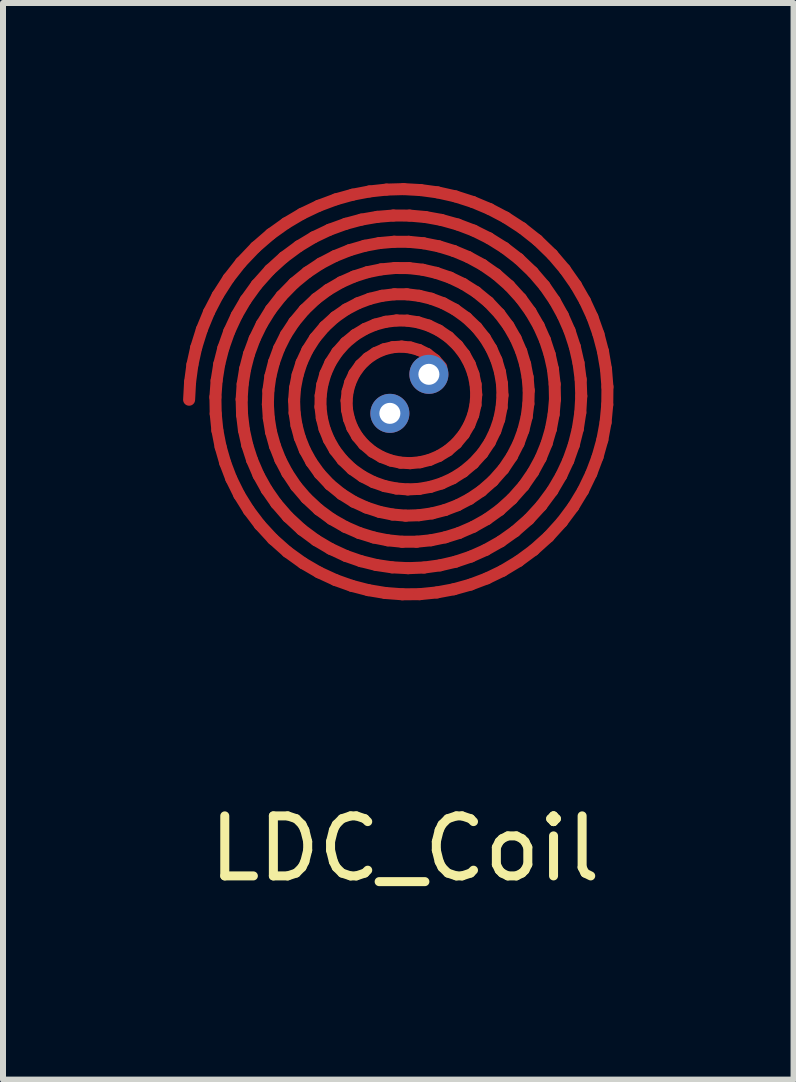
<source format=kicad_pcb>
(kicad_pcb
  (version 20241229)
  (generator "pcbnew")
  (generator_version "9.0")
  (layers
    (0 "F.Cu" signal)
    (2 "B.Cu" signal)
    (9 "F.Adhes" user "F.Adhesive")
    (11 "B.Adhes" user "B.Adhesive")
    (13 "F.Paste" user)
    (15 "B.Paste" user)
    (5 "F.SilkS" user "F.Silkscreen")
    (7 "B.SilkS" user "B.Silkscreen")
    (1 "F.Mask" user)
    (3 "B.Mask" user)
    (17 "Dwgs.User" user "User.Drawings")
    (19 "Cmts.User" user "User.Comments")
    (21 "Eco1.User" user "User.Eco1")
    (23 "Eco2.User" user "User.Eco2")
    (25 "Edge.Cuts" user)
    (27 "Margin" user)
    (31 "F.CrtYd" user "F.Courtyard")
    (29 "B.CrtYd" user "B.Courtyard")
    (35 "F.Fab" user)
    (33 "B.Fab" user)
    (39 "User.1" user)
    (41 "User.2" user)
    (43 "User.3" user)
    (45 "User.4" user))
  (footprint "LDC_Coil"
    (layer "F.Cu")
    (at 3.694 3.585)
    (property "Reference" "LDC_Coil" (at 0 7.5 0) (unlocked yes) (layer "F.SilkS") (effects (font (size 1 1) (thickness 0.15))))
    (attr smd)
    (fp_line (start -3.578 -0.27) (end -3.594 0.023) (stroke (width 0.2) (type solid)) (layer "F.Cu"))
    (fp_line (start -3.539 -0.56) (end -3.578 -0.27) (stroke (width 0.2) (type solid)) (layer "F.Cu"))
    (fp_line (start -3.476 -0.846) (end -3.539 -0.56) (stroke (width 0.2) (type solid)) (layer "F.Cu"))
    (fp_line (start -3.382 -1.146) (end -3.476 -0.846) (stroke (width 0.2) (type solid)) (layer "F.Cu"))
    (fp_line (start -3.263 -1.436) (end -3.382 -1.146) (stroke (width 0.2) (type solid)) (layer "F.Cu"))
    (fp_line (start -3.156 -0.02) (end -3.151 0.258) (stroke (width 0.2) (type solid)) (layer "F.Cu"))
    (fp_line (start -3.151 0.258) (end -3.123 0.535) (stroke (width 0.2) (type solid)) (layer "F.Cu"))
    (fp_line (start -3.136 -0.296) (end -3.156 -0.02) (stroke (width 0.2) (type solid)) (layer "F.Cu"))
    (fp_line (start -3.123 0.535) (end -3.069 0.809) (stroke (width 0.2) (type solid)) (layer "F.Cu"))
    (fp_line (start -3.119 -1.714) (end -3.263 -1.436) (stroke (width 0.2) (type solid)) (layer "F.Cu"))
    (fp_line (start -3.092 -0.57) (end -3.136 -0.296) (stroke (width 0.2) (type solid)) (layer "F.Cu"))
    (fp_line (start -3.069 0.809) (end -2.992 1.077) (stroke (width 0.2) (type solid)) (layer "F.Cu"))
    (fp_line (start -3.024 -0.837) (end -3.092 -0.57) (stroke (width 0.2) (type solid)) (layer "F.Cu"))
    (fp_line (start -2.992 1.077) (end -2.892 1.339) (stroke (width 0.2) (type solid)) (layer "F.Cu"))
    (fp_line (start -2.938 -1.997) (end -3.119 -1.714) (stroke (width 0.2) (type solid)) (layer "F.Cu"))
    (fp_line (start -2.925 -1.116) (end -3.024 -0.837) (stroke (width 0.2) (type solid)) (layer "F.Cu"))
    (fp_line (start -2.892 1.339) (end -2.759 1.608) (stroke (width 0.2) (type solid)) (layer "F.Cu"))
    (fp_line (start -2.801 -1.383) (end -2.925 -1.116) (stroke (width 0.2) (type solid)) (layer "F.Cu"))
    (fp_line (start -2.759 1.608) (end -2.6 1.864) (stroke (width 0.2) (type solid)) (layer "F.Cu"))
    (fp_line (start -2.732 -2.26) (end -2.938 -1.997) (stroke (width 0.2) (type solid)) (layer "F.Cu"))
    (fp_line (start -2.719 0.017) (end -2.712 0.274) (stroke (width 0.2) (type solid)) (layer "F.Cu"))
    (fp_line (start -2.712 0.274) (end -2.681 0.529) (stroke (width 0.2) (type solid)) (layer "F.Cu"))
    (fp_line (start -2.702 -0.238) (end -2.719 0.017) (stroke (width 0.2) (type solid)) (layer "F.Cu"))
    (fp_line (start -2.681 0.529) (end -2.625 0.781) (stroke (width 0.2) (type solid)) (layer "F.Cu"))
    (fp_line (start -2.661 -0.49) (end -2.702 -0.238) (stroke (width 0.2) (type solid)) (layer "F.Cu"))
    (fp_line (start -2.653 -1.637) (end -2.801 -1.383) (stroke (width 0.2) (type solid)) (layer "F.Cu"))
    (fp_line (start -2.625 0.781) (end -2.546 1.027) (stroke (width 0.2) (type solid)) (layer "F.Cu"))
    (fp_line (start -2.6 1.864) (end -2.418 2.105) (stroke (width 0.2) (type solid)) (layer "F.Cu"))
    (fp_line (start -2.597 -0.737) (end -2.661 -0.49) (stroke (width 0.2) (type solid)) (layer "F.Cu"))
    (fp_line (start -2.546 1.027) (end -2.437 1.28) (stroke (width 0.2) (type solid)) (layer "F.Cu"))
    (fp_line (start -2.503 -0.991) (end -2.597 -0.737) (stroke (width 0.2) (type solid)) (layer "F.Cu"))
    (fp_line (start -2.486 -2.518) (end -2.732 -2.26) (stroke (width 0.2) (type solid)) (layer "F.Cu"))
    (fp_line (start -2.47 -1.891) (end -2.653 -1.637) (stroke (width 0.2) (type solid)) (layer "F.Cu"))
    (fp_line (start -2.437 1.28) (end -2.302 1.522) (stroke (width 0.2) (type solid)) (layer "F.Cu"))
    (fp_line (start -2.418 2.105) (end -2.2 2.342) (stroke (width 0.2) (type solid)) (layer "F.Cu"))
    (fp_line (start -2.385 -1.234) (end -2.503 -0.991) (stroke (width 0.2) (type solid)) (layer "F.Cu"))
    (fp_line (start -2.302 1.522) (end -2.143 1.75) (stroke (width 0.2) (type solid)) (layer "F.Cu"))
    (fp_line (start -2.282 0.1) (end -2.267 0.33) (stroke (width 0.2) (type solid)) (layer "F.Cu"))
    (fp_line (start -2.274 -0.129) (end -2.282 0.1) (stroke (width 0.2) (type solid)) (layer "F.Cu"))
    (fp_line (start -2.267 0.33) (end -2.23 0.558) (stroke (width 0.2) (type solid)) (layer "F.Cu"))
    (fp_line (start -2.249 -2.139) (end -2.47 -1.891) (stroke (width 0.2) (type solid)) (layer "F.Cu"))
    (fp_line (start -2.24 -0.369) (end -2.274 -0.129) (stroke (width 0.2) (type solid)) (layer "F.Cu"))
    (fp_line (start -2.234 -2.736) (end -2.486 -2.518) (stroke (width 0.2) (type solid)) (layer "F.Cu"))
    (fp_line (start -2.234 -1.477) (end -2.385 -1.234) (stroke (width 0.2) (type solid)) (layer "F.Cu"))
    (fp_line (start -2.23 0.558) (end -2.164 0.795) (stroke (width 0.2) (type solid)) (layer "F.Cu"))
    (fp_line (start -2.2 2.342) (end -1.958 2.557) (stroke (width 0.2) (type solid)) (layer "F.Cu"))
    (fp_line (start -2.18 -0.604) (end -2.24 -0.369) (stroke (width 0.2) (type solid)) (layer "F.Cu"))
    (fp_line (start -2.164 0.795) (end -2.074 1.024) (stroke (width 0.2) (type solid)) (layer "F.Cu"))
    (fp_line (start -2.143 1.75) (end -1.949 1.974) (stroke (width 0.2) (type solid)) (layer "F.Cu"))
    (fp_line (start -2.097 -0.83) (end -2.18 -0.604) (stroke (width 0.2) (type solid)) (layer "F.Cu"))
    (fp_line (start -2.074 1.024) (end -1.959 1.243) (stroke (width 0.2) (type solid)) (layer "F.Cu"))
    (fp_line (start -2.058 -1.702) (end -2.234 -1.477) (stroke (width 0.2) (type solid)) (layer "F.Cu"))
    (fp_line (start -2.018 -2.348) (end -2.249 -2.139) (stroke (width 0.2) (type solid)) (layer "F.Cu"))
    (fp_line (start -1.983 -1.058) (end -2.097 -0.83) (stroke (width 0.2) (type solid)) (layer "F.Cu"))
    (fp_line (start -1.982 -2.916) (end -2.234 -2.736) (stroke (width 0.2) (type solid)) (layer "F.Cu"))
    (fp_line (start -1.959 1.243) (end -1.813 1.462) (stroke (width 0.2) (type solid)) (layer "F.Cu"))
    (fp_line (start -1.958 2.557) (end -1.695 2.746) (stroke (width 0.2) (type solid)) (layer "F.Cu"))
    (fp_line (start -1.949 1.974) (end -1.719 2.187) (stroke (width 0.2) (type solid)) (layer "F.Cu"))
    (fp_line (start -1.847 -1.918) (end -2.058 -1.702) (stroke (width 0.2) (type solid)) (layer "F.Cu"))
    (fp_line (start -1.845 0.035) (end -1.837 0.244) (stroke (width 0.2) (type solid)) (layer "F.Cu"))
    (fp_line (start -1.844 -1.27) (end -1.983 -1.058) (stroke (width 0.2) (type solid)) (layer "F.Cu"))
    (fp_line (start -1.837 0.244) (end -1.805 0.451) (stroke (width 0.2) (type solid)) (layer "F.Cu"))
    (fp_line (start -1.829 -0.173) (end -1.845 0.035) (stroke (width 0.2) (type solid)) (layer "F.Cu"))
    (fp_line (start -1.813 1.462) (end -1.642 1.662) (stroke (width 0.2) (type solid)) (layer "F.Cu"))
    (fp_line (start -1.805 0.451) (end -1.75 0.655) (stroke (width 0.2) (type solid)) (layer "F.Cu"))
    (fp_line (start -1.787 -0.388) (end -1.829 -0.173) (stroke (width 0.2) (type solid)) (layer "F.Cu"))
    (fp_line (start -1.768 -2.533) (end -2.018 -2.348) (stroke (width 0.2) (type solid)) (layer "F.Cu"))
    (fp_line (start -1.75 0.655) (end -1.667 0.863) (stroke (width 0.2) (type solid)) (layer "F.Cu"))
    (fp_line (start -1.721 -0.595) (end -1.787 -0.388) (stroke (width 0.2) (type solid)) (layer "F.Cu"))
    (fp_line (start -1.719 2.187) (end -1.48 2.364) (stroke (width 0.2) (type solid)) (layer "F.Cu"))
    (fp_line (start -1.715 -3.074) (end -1.982 -2.916) (stroke (width 0.2) (type solid)) (layer "F.Cu"))
    (fp_line (start -1.695 2.746) (end -1.432 2.899) (stroke (width 0.2) (type solid)) (layer "F.Cu"))
    (fp_line (start -1.673 -1.475) (end -1.844 -1.27) (stroke (width 0.2) (type solid)) (layer "F.Cu"))
    (fp_line (start -1.667 0.863) (end -1.559 1.06) (stroke (width 0.2) (type solid)) (layer "F.Cu"))
    (fp_line (start -1.642 1.662) (end -1.437 1.853) (stroke (width 0.2) (type solid)) (layer "F.Cu"))
    (fp_line (start -1.627 -2.098) (end -1.847 -1.918) (stroke (width 0.2) (type solid)) (layer "F.Cu"))
    (fp_line (start -1.625 -0.802) (end -1.721 -0.595) (stroke (width 0.2) (type solid)) (layer "F.Cu"))
    (fp_line (start -1.559 1.06) (end -1.421 1.253) (stroke (width 0.2) (type solid)) (layer "F.Cu"))
    (fp_line (start -1.519 -2.683) (end -1.768 -2.533) (stroke (width 0.2) (type solid)) (layer "F.Cu"))
    (fp_line (start -1.497 -1.004) (end -1.625 -0.802) (stroke (width 0.2) (type solid)) (layer "F.Cu"))
    (fp_line (start -1.48 -1.658) (end -1.673 -1.475) (stroke (width 0.2) (type solid)) (layer "F.Cu"))
    (fp_line (start -1.48 2.364) (end -1.238 2.507) (stroke (width 0.2) (type solid)) (layer "F.Cu"))
    (fp_line (start -1.437 1.853) (end -1.223 2.01) (stroke (width 0.2) (type solid)) (layer "F.Cu"))
    (fp_line (start -1.436 -3.207) (end -1.715 -3.074) (stroke (width 0.2) (type solid)) (layer "F.Cu"))
    (fp_line (start -1.432 2.899) (end -1.155 3.027) (stroke (width 0.2) (type solid)) (layer "F.Cu"))
    (fp_line (start -1.421 1.253) (end -1.25 1.436) (stroke (width 0.2) (type solid)) (layer "F.Cu"))
    (fp_line (start -1.406 0.142) (end -1.384 0.328) (stroke (width 0.2) (type solid)) (layer "F.Cu"))
    (fp_line (start -1.405 -2.245) (end -1.627 -2.098) (stroke (width 0.2) (type solid)) (layer "F.Cu"))
    (fp_line (start -1.403 -0.044) (end -1.406 0.142) (stroke (width 0.2) (type solid)) (layer "F.Cu"))
    (fp_line (start -1.384 0.328) (end -1.338 0.51) (stroke (width 0.2) (type solid)) (layer "F.Cu"))
    (fp_line (start -1.376 -0.227) (end -1.403 -0.044) (stroke (width 0.2) (type solid)) (layer "F.Cu"))
    (fp_line (start -1.338 0.51) (end -1.267 0.686) (stroke (width 0.2) (type solid)) (layer "F.Cu"))
    (fp_line (start -1.337 -1.194) (end -1.497 -1.004) (stroke (width 0.2) (type solid)) (layer "F.Cu"))
    (fp_line (start -1.323 -0.411) (end -1.376 -0.227) (stroke (width 0.2) (type solid)) (layer "F.Cu"))
    (fp_line (start -1.279 -1.808) (end -1.48 -1.658) (stroke (width 0.2) (type solid)) (layer "F.Cu"))
    (fp_line (start -1.267 0.686) (end -1.168 0.86) (stroke (width 0.2) (type solid)) (layer "F.Cu"))
    (fp_line (start -1.257 -2.808) (end -1.519 -2.683) (stroke (width 0.2) (type solid)) (layer "F.Cu"))
    (fp_line (start -1.25 1.436) (end -1.055 1.595) (stroke (width 0.2) (type solid)) (layer "F.Cu"))
    (fp_line (start -1.241 -0.593) (end -1.323 -0.411) (stroke (width 0.2) (type solid)) (layer "F.Cu"))
    (fp_line (start -1.238 2.507) (end -0.983 2.625) (stroke (width 0.2) (type solid)) (layer "F.Cu"))
    (fp_line (start -1.223 2.01) (end -0.992 2.142) (stroke (width 0.2) (type solid)) (layer "F.Cu"))
    (fp_line (start -1.169 -2.368) (end -1.405 -2.245) (stroke (width 0.2) (type solid)) (layer "F.Cu"))
    (fp_line (start -1.168 0.86) (end -1.039 1.026) (stroke (width 0.2) (type solid)) (layer "F.Cu"))
    (fp_line (start -1.163 -1.353) (end -1.337 -1.194) (stroke (width 0.2) (type solid)) (layer "F.Cu"))
    (fp_line (start -1.155 3.027) (end -0.886 3.123) (stroke (width 0.2) (type solid)) (layer "F.Cu"))
    (fp_line (start -1.147 -3.315) (end -1.436 -3.207) (stroke (width 0.2) (type solid)) (layer "F.Cu"))
    (fp_line (start -1.129 -0.767) (end -1.241 -0.593) (stroke (width 0.2) (type solid)) (layer "F.Cu"))
    (fp_line (start -1.063 -1.934) (end -1.279 -1.808) (stroke (width 0.2) (type solid)) (layer "F.Cu"))
    (fp_line (start -1.055 1.595) (end -0.851 1.723) (stroke (width 0.2) (type solid)) (layer "F.Cu"))
    (fp_line (start -1.039 1.026) (end -0.88 1.179) (stroke (width 0.2) (type solid)) (layer "F.Cu"))
    (fp_line (start -0.992 2.142) (end -0.76 2.243) (stroke (width 0.2) (type solid)) (layer "F.Cu"))
    (fp_line (start -0.987 -0.927) (end -1.129 -0.767) (stroke (width 0.2) (type solid)) (layer "F.Cu"))
    (fp_line (start -0.985 -2.907) (end -1.257 -2.808) (stroke (width 0.2) (type solid)) (layer "F.Cu"))
    (fp_line (start -0.983 2.625) (end -0.733 2.712) (stroke (width 0.2) (type solid)) (layer "F.Cu"))
    (fp_line (start -0.979 -1.481) (end -1.163 -1.353) (stroke (width 0.2) (type solid)) (layer "F.Cu"))
    (fp_line (start -0.971 0.037) (end -0.964 0.19) (stroke (width 0.2) (type solid)) (layer "F.Cu"))
    (fp_line (start -0.964 0.19) (end -0.932 0.342) (stroke (width 0.2) (type solid)) (layer "F.Cu"))
    (fp_line (start -0.954 -0.114) (end -0.971 0.037) (stroke (width 0.2) (type solid)) (layer "F.Cu"))
    (fp_line (start -0.932 0.342) (end -0.877 0.489) (stroke (width 0.2) (type solid)) (layer "F.Cu"))
    (fp_line (start -0.923 -2.467) (end -1.169 -2.368) (stroke (width 0.2) (type solid)) (layer "F.Cu"))
    (fp_line (start -0.911 -0.265) (end -0.954 -0.114) (stroke (width 0.2) (type solid)) (layer "F.Cu"))
    (fp_line (start -0.886 3.123) (end -0.609 3.195) (stroke (width 0.2) (type solid)) (layer "F.Cu"))
    (fp_line (start -0.88 1.179) (end -0.705 1.302) (stroke (width 0.2) (type solid)) (layer "F.Cu"))
    (fp_line (start -0.877 0.489) (end -0.795 0.632) (stroke (width 0.2) (type solid)) (layer "F.Cu"))
    (fp_line (start -0.871 -3.392) (end -1.147 -3.315) (stroke (width 0.2) (type solid)) (layer "F.Cu"))
    (fp_line (start -0.851 1.723) (end -0.642 1.819) (stroke (width 0.2) (type solid)) (layer "F.Cu"))
    (fp_line (start -0.848 -2.029) (end -1.063 -1.934) (stroke (width 0.2) (type solid)) (layer "F.Cu"))
    (fp_line (start -0.843 -0.41) (end -0.911 -0.265) (stroke (width 0.2) (type solid)) (layer "F.Cu"))
    (fp_line (start -0.83 -1.056) (end -0.987 -0.927) (stroke (width 0.2) (type solid)) (layer "F.Cu"))
    (fp_line (start -0.795 0.632) (end -0.684 0.766) (stroke (width 0.2) (type solid)) (layer "F.Cu"))
    (fp_line (start -0.782 -1.584) (end -0.979 -1.481) (stroke (width 0.2) (type solid)) (layer "F.Cu"))
    (fp_line (start -0.76 2.243) (end -0.518 2.318) (stroke (width 0.2) (type solid)) (layer "F.Cu"))
    (fp_line (start -0.741 -0.553) (end -0.843 -0.41) (stroke (width 0.2) (type solid)) (layer "F.Cu"))
    (fp_line (start -0.733 2.712) (end -0.475 2.776) (stroke (width 0.2) (type solid)) (layer "F.Cu"))
    (fp_line (start -0.725 -2.977) (end -0.985 -2.907) (stroke (width 0.2) (type solid)) (layer "F.Cu"))
    (fp_line (start -0.705 1.302) (end -0.523 1.396) (stroke (width 0.2) (type solid)) (layer "F.Cu"))
    (fp_line (start -0.684 0.766) (end -0.541 0.888) (stroke (width 0.2) (type solid)) (layer "F.Cu"))
    (fp_line (start -0.669 -2.541) (end -0.923 -2.467) (stroke (width 0.2) (type solid)) (layer "F.Cu"))
    (fp_line (start -0.664 -1.156) (end -0.83 -1.056) (stroke (width 0.2) (type solid)) (layer "F.Cu"))
    (fp_line (start -0.642 1.819) (end -0.423 1.891) (stroke (width 0.2) (type solid)) (layer "F.Cu"))
    (fp_line (start -0.625 -2.101) (end -0.848 -2.029) (stroke (width 0.2) (type solid)) (layer "F.Cu"))
    (fp_line (start -0.62 -0.668) (end -0.741 -0.553) (stroke (width 0.2) (type solid)) (layer "F.Cu"))
    (fp_line (start -0.609 3.195) (end -0.327 3.242) (stroke (width 0.2) (type solid)) (layer "F.Cu"))
    (fp_line (start -0.59 -3.446) (end -0.871 -3.392) (stroke (width 0.2) (type solid)) (layer "F.Cu"))
    (fp_line (start -0.585 -1.658) (end -0.782 -1.584) (stroke (width 0.2) (type solid)) (layer "F.Cu"))
    (fp_line (start -0.541 0.888) (end -0.387 0.978) (stroke (width 0.2) (type solid)) (layer "F.Cu"))
    (fp_line (start -0.523 1.396) (end -0.336 1.462) (stroke (width 0.2) (type solid)) (layer "F.Cu"))
    (fp_line (start -0.518 2.318) (end -0.284 2.365) (stroke (width 0.2) (type solid)) (layer "F.Cu"))
    (fp_line (start -0.495 -1.228) (end -0.664 -1.156) (stroke (width 0.2) (type solid)) (layer "F.Cu"))
    (fp_line (start -0.487 -0.756) (end -0.62 -0.668) (stroke (width 0.2) (type solid)) (layer "F.Cu"))
    (fp_line (start -0.475 2.776) (end -0.213 2.815) (stroke (width 0.2) (type solid)) (layer "F.Cu"))
    (fp_line (start -0.459 -3.023) (end -0.725 -2.977) (stroke (width 0.2) (type solid)) (layer "F.Cu"))
    (fp_line (start -0.426 -2.586) (end -0.669 -2.541) (stroke (width 0.2) (type solid)) (layer "F.Cu"))
    (fp_line (start -0.423 1.891) (end -0.207 1.935) (stroke (width 0.2) (type solid)) (layer "F.Cu"))
    (fp_line (start -0.396 -2.148) (end -0.625 -2.101) (stroke (width 0.2) (type solid)) (layer "F.Cu"))
    (fp_line (start -0.387 0.978) (end -0.232 1.037) (stroke (width 0.2) (type solid)) (layer "F.Cu"))
    (fp_line (start -0.382 -1.708) (end -0.585 -1.658) (stroke (width 0.2) (type solid)) (layer "F.Cu"))
    (fp_line (start -0.347 -0.817) (end -0.487 -0.756) (stroke (width 0.2) (type solid)) (layer "F.Cu"))
    (fp_line (start -0.336 1.462) (end -0.142 1.502) (stroke (width 0.2) (type solid)) (layer "F.Cu"))
    (fp_line (start -0.327 3.242) (end -0.041 3.264) (stroke (width 0.2) (type solid)) (layer "F.Cu"))
    (fp_line (start -0.319 -1.275) (end -0.495 -1.228) (stroke (width 0.2) (type solid)) (layer "F.Cu"))
    (fp_line (start -0.307 -3.477) (end -0.59 -3.446) (stroke (width 0.2) (type solid)) (layer "F.Cu"))
    (fp_line (start -0.284 2.365) (end -0.045 2.389) (stroke (width 0.2) (type solid)) (layer "F.Cu"))
    (fp_line (start -0.232 1.037) (end -0.074 1.071) (stroke (width 0.2) (type solid)) (layer "F.Cu"))
    (fp_line (start -0.213 2.815) (end 0.053 2.829) (stroke (width 0.2) (type solid)) (layer "F.Cu"))
    (fp_line (start -0.207 1.935) (end 0.012 1.954) (stroke (width 0.2) (type solid)) (layer "F.Cu"))
    (fp_line (start -0.202 -0.852) (end -0.347 -0.817) (stroke (width 0.2) (type solid)) (layer "F.Cu"))
    (fp_line (start -0.192 -3.045) (end -0.459 -3.023) (stroke (width 0.2) (type solid)) (layer "F.Cu"))
    (fp_line (start -0.181 -2.608) (end -0.426 -2.586) (stroke (width 0.2) (type solid)) (layer "F.Cu"))
    (fp_line (start -0.175 -1.733) (end -0.382 -1.708) (stroke (width 0.2) (type solid)) (layer "F.Cu"))
    (fp_line (start -0.164 -2.171) (end -0.396 -2.148) (stroke (width 0.2) (type solid)) (layer "F.Cu"))
    (fp_line (start -0.142 1.502) (end 0.048 1.517) (stroke (width 0.2) (type solid)) (layer "F.Cu"))
    (fp_line (start -0.139 -1.297) (end -0.319 -1.275) (stroke (width 0.2) (type solid)) (layer "F.Cu"))
    (fp_line (start -0.074 1.071) (end 0.088 1.08) (stroke (width 0.2) (type solid)) (layer "F.Cu"))
    (fp_line (start -0.054 -0.862) (end -0.202 -0.852) (stroke (width 0.2) (type solid)) (layer "F.Cu"))
    (fp_line (start -0.045 2.389) (end 0.196 2.388) (stroke (width 0.2) (type solid)) (layer "F.Cu"))
    (fp_line (start -0.041 3.264) (end 0.246 3.262) (stroke (width 0.2) (type solid)) (layer "F.Cu"))
    (fp_line (start -0.022 -3.485) (end -0.307 -3.477) (stroke (width 0.2) (type solid)) (layer "F.Cu"))
    (fp_line (start 0.012 1.954) (end 0.234 1.947) (stroke (width 0.2) (type solid)) (layer "F.Cu"))
    (fp_line (start 0.033 -1.733) (end -0.175 -1.733) (stroke (width 0.2) (type solid)) (layer "F.Cu"))
    (fp_line (start 0.041 -1.294) (end -0.139 -1.297) (stroke (width 0.2) (type solid)) (layer "F.Cu"))
    (fp_line (start 0.048 1.517) (end 0.239 1.508) (stroke (width 0.2) (type solid)) (layer "F.Cu"))
    (fp_line (start 0.053 2.829) (end 0.32 2.818) (stroke (width 0.2) (type solid)) (layer "F.Cu"))
    (fp_line (start 0.066 -2.607) (end -0.181 -2.608) (stroke (width 0.2) (type solid)) (layer "F.Cu"))
    (fp_line (start 0.068 -2.169) (end -0.164 -2.171) (stroke (width 0.2) (type solid)) (layer "F.Cu"))
    (fp_line (start 0.077 -3.044) (end -0.192 -3.045) (stroke (width 0.2) (type solid)) (layer "F.Cu"))
    (fp_line (start 0.088 1.08) (end 0.252 1.065) (stroke (width 0.2) (type solid)) (layer "F.Cu"))
    (fp_line (start 0.091 -0.847) (end -0.054 -0.862) (stroke (width 0.2) (type solid)) (layer "F.Cu"))
    (fp_line (start 0.196 2.388) (end 0.435 2.364) (stroke (width 0.2) (type solid)) (layer "F.Cu"))
    (fp_line (start 0.217 -1.267) (end 0.041 -1.294) (stroke (width 0.2) (type solid)) (layer "F.Cu"))
    (fp_line (start 0.234 1.947) (end 0.454 1.916) (stroke (width 0.2) (type solid)) (layer "F.Cu"))
    (fp_line (start 0.234 -0.806) (end 0.091 -0.847) (stroke (width 0.2) (type solid)) (layer "F.Cu"))
    (fp_line (start 0.238 -1.708) (end 0.033 -1.733) (stroke (width 0.2) (type solid)) (layer "F.Cu"))
    (fp_line (start 0.239 1.508) (end 0.428 1.474) (stroke (width 0.2) (type solid)) (layer "F.Cu"))
    (fp_line (start 0.246 3.262) (end 0.533 3.233) (stroke (width 0.2) (type solid)) (layer "F.Cu"))
    (fp_line (start 0.252 1.065) (end 0.413 1.025) (stroke (width 0.2) (type solid)) (layer "F.Cu"))
    (fp_line (start 0.262 -3.469) (end -0.022 -3.485) (stroke (width 0.2) (type solid)) (layer "F.Cu"))
    (fp_line (start 0.298 -2.142) (end 0.068 -2.169) (stroke (width 0.2) (type solid)) (layer "F.Cu"))
    (fp_line (start 0.31 -2.583) (end 0.066 -2.607) (stroke (width 0.2) (type solid)) (layer "F.Cu"))
    (fp_line (start 0.32 2.818) (end 0.585 2.782) (stroke (width 0.2) (type solid)) (layer "F.Cu"))
    (fp_line (start 0.343 -3.02) (end 0.077 -3.044) (stroke (width 0.2) (type solid)) (layer "F.Cu"))
    (fp_line (start 0.371 -0.739) (end 0.234 -0.806) (stroke (width 0.2) (type solid)) (layer "F.Cu"))
    (fp_line (start 0.394 -1.213) (end 0.217 -1.267) (stroke (width 0.2) (type solid)) (layer "F.Cu"))
    (fp_line (start 0.413 1.025) (end 0.568 0.96) (stroke (width 0.2) (type solid)) (layer "F.Cu"))
    (fp_line (start 0.428 1.474) (end 0.613 1.417) (stroke (width 0.2) (type solid)) (layer "F.Cu"))
    (fp_line (start 0.435 2.364) (end 0.672 2.315) (stroke (width 0.2) (type solid)) (layer "F.Cu"))
    (fp_line (start 0.437 -1.66) (end 0.238 -1.708) (stroke (width 0.2) (type solid)) (layer "F.Cu"))
    (fp_line (start 0.454 1.916) (end 0.67 1.86) (stroke (width 0.2) (type solid)) (layer "F.Cu"))
    (fp_line (start 0.502 -0.639) (end 0.371 -0.739) (stroke (width 0.2) (type solid)) (layer "F.Cu"))
    (fp_line (start 0.523 -2.09) (end 0.298 -2.142) (stroke (width 0.2) (type solid)) (layer "F.Cu"))
    (fp_line (start 0.533 3.233) (end 0.816 3.18) (stroke (width 0.2) (type solid)) (layer "F.Cu"))
    (fp_line (start 0.543 -3.431) (end 0.262 -3.469) (stroke (width 0.2) (type solid)) (layer "F.Cu"))
    (fp_line (start 0.566 -2.532) (end 0.31 -2.583) (stroke (width 0.2) (type solid)) (layer "F.Cu"))
    (fp_line (start 0.567 -1.13) (end 0.394 -1.213) (stroke (width 0.2) (type solid)) (layer "F.Cu"))
    (fp_line (start 0.568 0.96) (end 0.718 0.868) (stroke (width 0.2) (type solid)) (layer "F.Cu"))
    (fp_line (start 0.585 2.782) (end 0.846 2.721) (stroke (width 0.2) (type solid)) (layer "F.Cu"))
    (fp_line (start 0.606 -2.972) (end 0.343 -3.02) (stroke (width 0.2) (type solid)) (layer "F.Cu"))
    (fp_line (start 0.606 -0.521) (end 0.502 -0.639) (stroke (width 0.2) (type solid)) (layer "F.Cu"))
    (fp_line (start 0.613 1.417) (end 0.799 1.332) (stroke (width 0.2) (type solid)) (layer "F.Cu"))
    (fp_line (start 0.639 -1.584) (end 0.437 -1.66) (stroke (width 0.2) (type solid)) (layer "F.Cu"))
    (fp_line (start 0.67 1.86) (end 0.879 1.78) (stroke (width 0.2) (type solid)) (layer "F.Cu"))
    (fp_line (start 0.672 2.315) (end 0.904 2.242) (stroke (width 0.2) (type solid)) (layer "F.Cu"))
    (fp_line (start 0.718 0.868) (end 0.858 0.747) (stroke (width 0.2) (type solid)) (layer "F.Cu"))
    (fp_line (start 0.73 -1.019) (end 0.567 -1.13) (stroke (width 0.2) (type solid)) (layer "F.Cu"))
    (fp_line (start 0.753 -2.011) (end 0.523 -2.09) (stroke (width 0.2) (type solid)) (layer "F.Cu"))
    (fp_line (start 0.799 1.332) (end 0.973 1.222) (stroke (width 0.2) (type solid)) (layer "F.Cu"))
    (fp_line (start 0.815 -2.455) (end 0.566 -2.532) (stroke (width 0.2) (type solid)) (layer "F.Cu"))
    (fp_line (start 0.816 3.18) (end 1.095 3.102) (stroke (width 0.2) (type solid)) (layer "F.Cu"))
    (fp_line (start 0.837 -1.478) (end 0.639 -1.584) (stroke (width 0.2) (type solid)) (layer "F.Cu"))
    (fp_line (start 0.841 -3.364) (end 0.543 -3.431) (stroke (width 0.2) (type solid)) (layer "F.Cu"))
    (fp_line (start 0.846 2.721) (end 1.101 2.635) (stroke (width 0.2) (type solid)) (layer "F.Cu"))
    (fp_line (start 0.858 0.747) (end 0.982 0.597) (stroke (width 0.2) (type solid)) (layer "F.Cu"))
    (fp_line (start 0.878 -0.878) (end 0.73 -1.019) (stroke (width 0.2) (type solid)) (layer "F.Cu"))
    (fp_line (start 0.879 1.78) (end 1.078 1.676) (stroke (width 0.2) (type solid)) (layer "F.Cu"))
    (fp_line (start 0.881 -2.895) (end 0.606 -2.972) (stroke (width 0.2) (type solid)) (layer "F.Cu"))
    (fp_line (start 0.904 2.242) (end 1.141 2.139) (stroke (width 0.2) (type solid)) (layer "F.Cu"))
    (fp_line (start 0.971 -1.906) (end 0.753 -2.011) (stroke (width 0.2) (type solid)) (layer "F.Cu"))
    (fp_line (start 0.973 1.222) (end 1.139 1.083) (stroke (width 0.2) (type solid)) (layer "F.Cu"))
    (fp_line (start 0.982 0.597) (end 1.073 0.441) (stroke (width 0.2) (type solid)) (layer "F.Cu"))
    (fp_line (start 0.992 -0.73) (end 0.878 -0.878) (stroke (width 0.2) (type solid)) (layer "F.Cu"))
    (fp_line (start 1.027 -1.341) (end 0.837 -1.478) (stroke (width 0.2) (type solid)) (layer "F.Cu"))
    (fp_line (start 1.054 -2.355) (end 0.815 -2.455) (stroke (width 0.2) (type solid)) (layer "F.Cu"))
    (fp_line (start 1.073 0.441) (end 1.138 0.277) (stroke (width 0.2) (type solid)) (layer "F.Cu"))
    (fp_line (start 1.078 1.676) (end 1.276 1.542) (stroke (width 0.2) (type solid)) (layer "F.Cu"))
    (fp_line (start 1.081 -0.568) (end 0.992 -0.73) (stroke (width 0.2) (type solid)) (layer "F.Cu"))
    (fp_line (start 1.095 3.102) (end 1.366 2.999) (stroke (width 0.2) (type solid)) (layer "F.Cu"))
    (fp_line (start 1.101 2.635) (end 1.347 2.525) (stroke (width 0.2) (type solid)) (layer "F.Cu"))
    (fp_line (start 1.131 -3.271) (end 0.841 -3.364) (stroke (width 0.2) (type solid)) (layer "F.Cu"))
    (fp_line (start 1.138 0.277) (end 1.176 0.111) (stroke (width 0.2) (type solid)) (layer "F.Cu"))
    (fp_line (start 1.139 1.083) (end 1.292 0.914) (stroke (width 0.2) (type solid)) (layer "F.Cu"))
    (fp_line (start 1.141 2.139) (end 1.367 2.012) (stroke (width 0.2) (type solid)) (layer "F.Cu"))
    (fp_line (start 1.142 -0.403) (end 1.081 -0.568) (stroke (width 0.2) (type solid)) (layer "F.Cu"))
    (fp_line (start 1.147 -2.794) (end 0.881 -2.895) (stroke (width 0.2) (type solid)) (layer "F.Cu"))
    (fp_line (start 1.176 0.111) (end 1.189 -0.06) (stroke (width 0.2) (type solid)) (layer "F.Cu"))
    (fp_line (start 1.178 -0.232) (end 1.142 -0.403) (stroke (width 0.2) (type solid)) (layer "F.Cu"))
    (fp_line (start 1.187 -1.77) (end 0.971 -1.906) (stroke (width 0.2) (type solid)) (layer "F.Cu"))
    (fp_line (start 1.189 -0.06) (end 1.178 -0.232) (stroke (width 0.2) (type solid)) (layer "F.Cu"))
    (fp_line (start 1.195 -1.18) (end 1.027 -1.341) (stroke (width 0.2) (type solid)) (layer "F.Cu"))
    (fp_line (start 1.276 1.542) (end 1.465 1.376) (stroke (width 0.2) (type solid)) (layer "F.Cu"))
    (fp_line (start 1.292 0.914) (end 1.414 0.732) (stroke (width 0.2) (type solid)) (layer "F.Cu"))
    (fp_line (start 1.296 -2.223) (end 1.054 -2.355) (stroke (width 0.2) (type solid)) (layer "F.Cu"))
    (fp_line (start 1.332 -1.007) (end 1.195 -1.18) (stroke (width 0.2) (type solid)) (layer "F.Cu"))
    (fp_line (start 1.347 2.525) (end 1.598 2.383) (stroke (width 0.2) (type solid)) (layer "F.Cu"))
    (fp_line (start 1.366 2.999) (end 1.627 2.873) (stroke (width 0.2) (type solid)) (layer "F.Cu"))
    (fp_line (start 1.367 2.012) (end 1.579 1.86) (stroke (width 0.2) (type solid)) (layer "F.Cu"))
    (fp_line (start 1.393 -1.601) (end 1.187 -1.77) (stroke (width 0.2) (type solid)) (layer "F.Cu"))
    (fp_line (start 1.402 -2.667) (end 1.147 -2.794) (stroke (width 0.2) (type solid)) (layer "F.Cu"))
    (fp_line (start 1.412 -3.153) (end 1.131 -3.271) (stroke (width 0.2) (type solid)) (layer "F.Cu"))
    (fp_line (start 1.414 0.732) (end 1.506 0.542) (stroke (width 0.2) (type solid)) (layer "F.Cu"))
    (fp_line (start 1.44 -0.828) (end 1.332 -1.007) (stroke (width 0.2) (type solid)) (layer "F.Cu"))
    (fp_line (start 1.465 1.376) (end 1.641 1.177) (stroke (width 0.2) (type solid)) (layer "F.Cu"))
    (fp_line (start 1.506 0.542) (end 1.571 0.351) (stroke (width 0.2) (type solid)) (layer "F.Cu"))
    (fp_line (start 1.521 -2.066) (end 1.296 -2.223) (stroke (width 0.2) (type solid)) (layer "F.Cu"))
    (fp_line (start 1.525 -0.637) (end 1.44 -0.828) (stroke (width 0.2) (type solid)) (layer "F.Cu"))
    (fp_line (start 1.571 0.351) (end 1.611 0.152) (stroke (width 0.2) (type solid)) (layer "F.Cu"))
    (fp_line (start 1.576 -1.407) (end 1.393 -1.601) (stroke (width 0.2) (type solid)) (layer "F.Cu"))
    (fp_line (start 1.579 1.86) (end 1.784 1.675) (stroke (width 0.2) (type solid)) (layer "F.Cu"))
    (fp_line (start 1.584 -0.439) (end 1.525 -0.637) (stroke (width 0.2) (type solid)) (layer "F.Cu"))
    (fp_line (start 1.598 2.383) (end 1.833 2.216) (stroke (width 0.2) (type solid)) (layer "F.Cu"))
    (fp_line (start 1.611 0.152) (end 1.626 -0.051) (stroke (width 0.2) (type solid)) (layer "F.Cu"))
    (fp_line (start 1.617 -0.246) (end 1.584 -0.439) (stroke (width 0.2) (type solid)) (layer "F.Cu"))
    (fp_line (start 1.626 -0.051) (end 1.617 -0.246) (stroke (width 0.2) (type solid)) (layer "F.Cu"))
    (fp_line (start 1.627 2.873) (end 1.894 2.712) (stroke (width 0.2) (type solid)) (layer "F.Cu"))
    (fp_line (start 1.641 1.177) (end 1.783 0.966) (stroke (width 0.2) (type solid)) (layer "F.Cu"))
    (fp_line (start 1.658 -2.507) (end 1.402 -2.667) (stroke (width 0.2) (type solid)) (layer "F.Cu"))
    (fp_line (start 1.68 -3.012) (end 1.412 -3.153) (stroke (width 0.2) (type solid)) (layer "F.Cu"))
    (fp_line (start 1.726 -1.205) (end 1.576 -1.407) (stroke (width 0.2) (type solid)) (layer "F.Cu"))
    (fp_line (start 1.739 -1.875) (end 1.521 -2.066) (stroke (width 0.2) (type solid)) (layer "F.Cu"))
    (fp_line (start 1.783 0.966) (end 1.893 0.75) (stroke (width 0.2) (type solid)) (layer "F.Cu"))
    (fp_line (start 1.784 1.675) (end 1.978 1.456) (stroke (width 0.2) (type solid)) (layer "F.Cu"))
    (fp_line (start 1.833 2.216) (end 2.065 2.013) (stroke (width 0.2) (type solid)) (layer "F.Cu"))
    (fp_line (start 1.844 -0.999) (end 1.726 -1.205) (stroke (width 0.2) (type solid)) (layer "F.Cu"))
    (fp_line (start 1.893 0.75) (end 1.973 0.533) (stroke (width 0.2) (type solid)) (layer "F.Cu"))
    (fp_line (start 1.894 2.712) (end 2.145 2.527) (stroke (width 0.2) (type solid)) (layer "F.Cu"))
    (fp_line (start 1.897 -2.323) (end 1.658 -2.507) (stroke (width 0.2) (type solid)) (layer "F.Cu"))
    (fp_line (start 1.933 -1.662) (end 1.739 -1.875) (stroke (width 0.2) (type solid)) (layer "F.Cu"))
    (fp_line (start 1.938 -0.781) (end 1.844 -0.999) (stroke (width 0.2) (type solid)) (layer "F.Cu"))
    (fp_line (start 1.953 -2.835) (end 1.68 -3.012) (stroke (width 0.2) (type solid)) (layer "F.Cu"))
    (fp_line (start 1.973 0.533) (end 2.029 0.308) (stroke (width 0.2) (type solid)) (layer "F.Cu"))
    (fp_line (start 1.978 1.456) (end 2.136 1.227) (stroke (width 0.2) (type solid)) (layer "F.Cu"))
    (fp_line (start 2.003 -0.568) (end 1.938 -0.781) (stroke (width 0.2) (type solid)) (layer "F.Cu"))
    (fp_line (start 2.029 0.308) (end 2.057 0.091) (stroke (width 0.2) (type solid)) (layer "F.Cu"))
    (fp_line (start 2.045 -0.35) (end 2.003 -0.568) (stroke (width 0.2) (type solid)) (layer "F.Cu"))
    (fp_line (start 2.057 0.091) (end 2.063 -0.13) (stroke (width 0.2) (type solid)) (layer "F.Cu"))
    (fp_line (start 2.063 -0.13) (end 2.045 -0.35) (stroke (width 0.2) (type solid)) (layer "F.Cu"))
    (fp_line (start 2.065 2.013) (end 2.273 1.786) (stroke (width 0.2) (type solid)) (layer "F.Cu"))
    (fp_line (start 2.093 -1.442) (end 1.933 -1.662) (stroke (width 0.2) (type solid)) (layer "F.Cu"))
    (fp_line (start 2.129 -2.102) (end 1.897 -2.323) (stroke (width 0.2) (type solid)) (layer "F.Cu"))
    (fp_line (start 2.136 1.227) (end 2.262 0.996) (stroke (width 0.2) (type solid)) (layer "F.Cu"))
    (fp_line (start 2.145 2.527) (end 2.393 2.304) (stroke (width 0.2) (type solid)) (layer "F.Cu"))
    (fp_line (start 2.207 -2.634) (end 1.953 -2.835) (stroke (width 0.2) (type solid)) (layer "F.Cu"))
    (fp_line (start 2.229 -1.207) (end 2.093 -1.442) (stroke (width 0.2) (type solid)) (layer "F.Cu"))
    (fp_line (start 2.262 0.996) (end 2.362 0.751) (stroke (width 0.2) (type solid)) (layer "F.Cu"))
    (fp_line (start 2.273 1.786) (end 2.457 1.538) (stroke (width 0.2) (type solid)) (layer "F.Cu"))
    (fp_line (start 2.324 -1.874) (end 2.129 -2.102) (stroke (width 0.2) (type solid)) (layer "F.Cu"))
    (fp_line (start 2.332 -0.975) (end 2.229 -1.207) (stroke (width 0.2) (type solid)) (layer "F.Cu"))
    (fp_line (start 2.362 0.751) (end 2.432 0.512) (stroke (width 0.2) (type solid)) (layer "F.Cu"))
    (fp_line (start 2.393 2.304) (end 2.617 2.057) (stroke (width 0.2) (type solid)) (layer "F.Cu"))
    (fp_line (start 2.411 -0.734) (end 2.332 -0.975) (stroke (width 0.2) (type solid)) (layer "F.Cu"))
    (fp_line (start 2.432 0.512) (end 2.478 0.266) (stroke (width 0.2) (type solid)) (layer "F.Cu"))
    (fp_line (start 2.455 -2.394) (end 2.207 -2.634) (stroke (width 0.2) (type solid)) (layer "F.Cu"))
    (fp_line (start 2.457 1.538) (end 2.605 1.286) (stroke (width 0.2) (type solid)) (layer "F.Cu"))
    (fp_line (start 2.466 -0.487) (end 2.411 -0.734) (stroke (width 0.2) (type solid)) (layer "F.Cu"))
    (fp_line (start 2.478 0.266) (end 2.5 0.016) (stroke (width 0.2) (type solid)) (layer "F.Cu"))
    (fp_line (start 2.494 -1.627) (end 2.324 -1.874) (stroke (width 0.2) (type solid)) (layer "F.Cu"))
    (fp_line (start 2.495 -0.236) (end 2.466 -0.487) (stroke (width 0.2) (type solid)) (layer "F.Cu"))
    (fp_line (start 2.5 0.016) (end 2.495 -0.236) (stroke (width 0.2) (type solid)) (layer "F.Cu"))
    (fp_line (start 2.605 1.286) (end 2.721 1.038) (stroke (width 0.2) (type solid)) (layer "F.Cu"))
    (fp_line (start 2.617 2.057) (end 2.805 1.805) (stroke (width 0.2) (type solid)) (layer "F.Cu"))
    (fp_line (start 2.63 -1.382) (end 2.494 -1.627) (stroke (width 0.2) (type solid)) (layer "F.Cu"))
    (fp_line (start 2.664 -2.148) (end 2.455 -2.394) (stroke (width 0.2) (type solid)) (layer "F.Cu"))
    (fp_line (start 2.721 1.038) (end 2.813 0.779) (stroke (width 0.2) (type solid)) (layer "F.Cu"))
    (fp_line (start 2.743 -1.126) (end 2.63 -1.382) (stroke (width 0.2) (type solid)) (layer "F.Cu"))
    (fp_line (start 2.805 1.805) (end 2.968 1.536) (stroke (width 0.2) (type solid)) (layer "F.Cu"))
    (fp_line (start 2.813 0.779) (end 2.88 0.512) (stroke (width 0.2) (type solid)) (layer "F.Cu"))
    (fp_line (start 2.83 -0.861) (end 2.743 -1.126) (stroke (width 0.2) (type solid)) (layer "F.Cu"))
    (fp_line (start 2.849 -1.884) (end 2.664 -2.148) (stroke (width 0.2) (type solid)) (layer "F.Cu"))
    (fp_line (start 2.88 0.512) (end 2.922 0.239) (stroke (width 0.2) (type solid)) (layer "F.Cu"))
    (fp_line (start 2.892 -0.589) (end 2.83 -0.861) (stroke (width 0.2) (type solid)) (layer "F.Cu"))
    (fp_line (start 2.922 0.239) (end 2.938 -0.037) (stroke (width 0.2) (type solid)) (layer "F.Cu"))
    (fp_line (start 2.928 -0.314) (end 2.892 -0.589) (stroke (width 0.2) (type solid)) (layer "F.Cu"))
    (fp_line (start 2.938 -0.037) (end 2.928 -0.314) (stroke (width 0.2) (type solid)) (layer "F.Cu"))
    (fp_line (start 2.968 1.536) (end 3.105 1.252) (stroke (width 0.2) (type solid)) (layer "F.Cu"))
    (fp_line (start 2.998 -1.624) (end 2.849 -1.884) (stroke (width 0.2) (type solid)) (layer "F.Cu"))
    (fp_line (start 3.105 1.252) (end 3.209 0.976) (stroke (width 0.2) (type solid)) (layer "F.Cu"))
    (fp_line (start 3.124 -1.352) (end 2.998 -1.624) (stroke (width 0.2) (type solid)) (layer "F.Cu"))
    (fp_line (start 3.209 0.976) (end 3.289 0.692) (stroke (width 0.2) (type solid)) (layer "F.Cu"))
    (fp_line (start 3.224 -1.07) (end 3.124 -1.352) (stroke (width 0.2) (type solid)) (layer "F.Cu"))
    (fp_line (start 3.289 0.692) (end 3.343 0.401) (stroke (width 0.2) (type solid)) (layer "F.Cu"))
    (fp_line (start 3.3 -0.781) (end 3.224 -1.07) (stroke (width 0.2) (type solid)) (layer "F.Cu"))
    (fp_line (start 3.343 0.401) (end 3.371 0.106) (stroke (width 0.2) (type solid)) (layer "F.Cu"))
    (fp_line (start 3.35 -0.487) (end 3.3 -0.781) (stroke (width 0.2) (type solid)) (layer "F.Cu"))
    (fp_line (start 3.371 0.106) (end 3.374 -0.191) (stroke (width 0.2) (type solid)) (layer "F.Cu"))
    (fp_line (start 3.374 -0.191) (end 3.35 -0.487) (stroke (width 0.2) (type solid)) (layer "F.Cu"))
    (pad "1" thru_hole circle (at 0.4 -0.4) (size 0.65 0.65) (drill 0.35) (layers "*.Cu" "*.Mask"))
    (pad "2" thru_hole circle (at -0.25 0.25) (size 0.65 0.65) (drill 0.35) (layers "*.Cu" "*.Mask")))
  (gr_rect
    (start -3 -3)
    (end 10.168 14.933)
    (stroke (width 0.1) (type default))
    (fill no)
    (layer "Edge.Cuts")))
</source>
